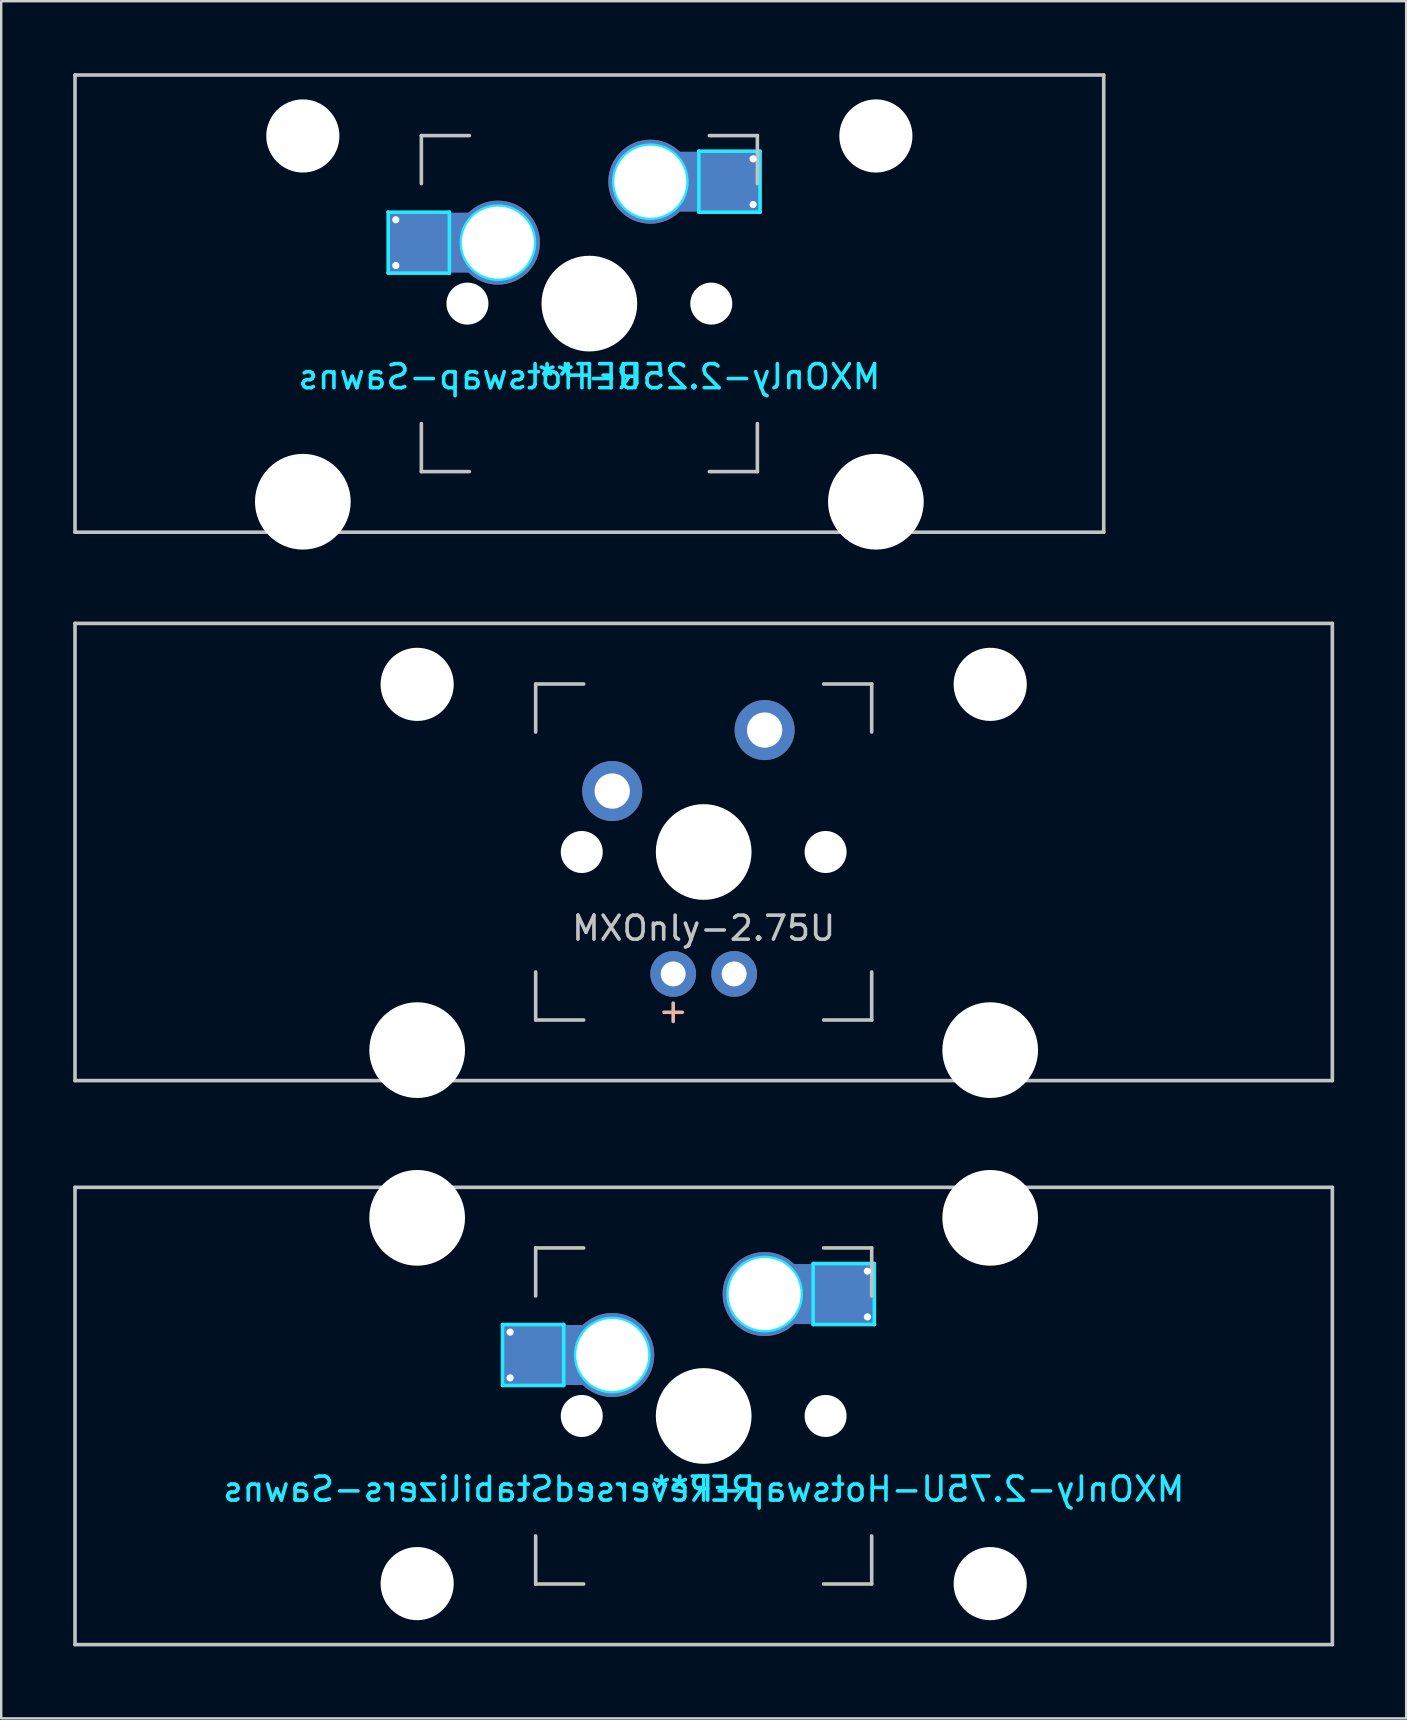
<source format=kicad_pcb>
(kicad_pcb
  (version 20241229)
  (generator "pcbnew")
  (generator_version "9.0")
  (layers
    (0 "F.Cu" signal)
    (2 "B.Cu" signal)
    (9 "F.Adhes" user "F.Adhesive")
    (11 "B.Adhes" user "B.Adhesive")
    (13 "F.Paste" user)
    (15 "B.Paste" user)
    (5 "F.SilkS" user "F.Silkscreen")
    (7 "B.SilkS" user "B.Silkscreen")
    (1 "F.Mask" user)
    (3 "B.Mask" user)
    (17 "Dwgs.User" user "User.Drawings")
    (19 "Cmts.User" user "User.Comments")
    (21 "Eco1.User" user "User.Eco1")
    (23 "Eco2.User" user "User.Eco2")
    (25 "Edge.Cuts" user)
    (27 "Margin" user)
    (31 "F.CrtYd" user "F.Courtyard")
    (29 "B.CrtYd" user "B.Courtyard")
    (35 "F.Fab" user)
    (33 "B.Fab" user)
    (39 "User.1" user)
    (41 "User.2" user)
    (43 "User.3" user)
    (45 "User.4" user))
  (footprint "MXOnly-2.75U-Hotswap-ReversedStabilizers-Sawns"
    (layer "F.Cu")
    (at 26.269 55.947)
    (property "Reference" "MXOnly-2.75U-Hotswap-ReversedStabilizers-Sawns" (at 0 3.048 0) (layer "B.CrtYd") (effects (font (size 1 1) (thickness 0.15)) (justify mirror)))
    (attr smd)
    (fp_line (start -26.194 -9.525) (end 26.194 -9.525) (stroke (width 0.15) (type solid)) (layer "Dwgs.User"))
    (fp_line (start -26.194 9.525) (end -26.194 -9.525) (stroke (width 0.15) (type solid)) (layer "Dwgs.User"))
    (fp_line (start -7 -7) (end -7 -5) (stroke (width 0.15) (type solid)) (layer "Dwgs.User"))
    (fp_line (start -7 5) (end -7 7) (stroke (width 0.15) (type solid)) (layer "Dwgs.User"))
    (fp_line (start -7 7) (end -5 7) (stroke (width 0.15) (type solid)) (layer "Dwgs.User"))
    (fp_line (start -5 -7) (end -7 -7) (stroke (width 0.15) (type solid)) (layer "Dwgs.User"))
    (fp_line (start 5 -7) (end 7 -7) (stroke (width 0.15) (type solid)) (layer "Dwgs.User"))
    (fp_line (start 5 7) (end 7 7) (stroke (width 0.15) (type solid)) (layer "Dwgs.User"))
    (fp_line (start 7 -7) (end 7 -5) (stroke (width 0.15) (type solid)) (layer "Dwgs.User"))
    (fp_line (start 7 7) (end 7 5) (stroke (width 0.15) (type solid)) (layer "Dwgs.User"))
    (fp_line (start 26.194 -9.525) (end 26.194 9.525) (stroke (width 0.15) (type solid)) (layer "Dwgs.User"))
    (fp_line (start 26.194 9.525) (end -26.194 9.525) (stroke (width 0.15) (type solid)) (layer "Dwgs.User"))
    (fp_line (start -8.382 -3.81) (end -8.382 -1.27) (stroke (width 0.15) (type solid)) (layer "B.CrtYd"))
    (fp_line (start -8.382 -3.81) (end -5.832 -3.81) (stroke (width 0.15) (type solid)) (layer "B.CrtYd"))
    (fp_line (start -8.382 -1.27) (end -5.832 -1.27) (stroke (width 0.15) (type solid)) (layer "B.CrtYd"))
    (fp_line (start -5.832 -3.81) (end -5.832 -1.27) (stroke (width 0.15) (type solid)) (layer "B.CrtYd"))
    (fp_line (start 4.562 -6.35) (end 4.562 -3.81) (stroke (width 0.15) (type solid)) (layer "B.CrtYd"))
    (fp_line (start 4.562 -6.35) (end 7.112 -6.35) (stroke (width 0.15) (type solid)) (layer "B.CrtYd"))
    (fp_line (start 7.112 -6.35) (end 7.112 -3.81) (stroke (width 0.15) (type solid)) (layer "B.CrtYd"))
    (fp_line (start 7.112 -3.81) (end 4.562 -3.81) (stroke (width 0.15) (type solid)) (layer "B.CrtYd"))
    (fp_circle (center -3.81 -2.54) (end -3.81 -4.064) (stroke (width 0.15) (type solid)) (fill no) (layer "B.CrtYd"))
    (fp_circle (center 2.54 -5.08) (end 2.54 -6.604) (stroke (width 0.15) (type solid)) (fill no) (layer "B.CrtYd"))
    (fp_text user "REF**" (at 0 3.048 0) (layer "B.CrtYd") (effects (font (size 1 1) (thickness 0.15)) (justify mirror)))
    (pad "" np_thru_hole circle (at -11.938 -8.255) (size 3.988 3.988) (drill 3.988) (layers "*.Cu" "*.Mask"))
    (pad "" np_thru_hole circle (at -11.938 6.985) (size 3.048 3.048) (drill 3.048) (layers "*.Cu" "*.Mask"))
    (pad "" smd rect (at -7.085 -2.54) (size 2.55 2.5) (layers "B.Mask" "B.Paste"))
    (pad "" np_thru_hole circle (at -5.08 0 48.1) (size 1.75 1.75) (drill 1.75) (layers "*.Cu" "*.Mask"))
    (pad "" np_thru_hole circle (at 0 0) (size 3.988 3.988) (drill 3.988) (layers "*.Cu" "*.Mask"))
    (pad "" np_thru_hole circle (at 5.08 0 48.1) (size 1.75 1.75) (drill 1.75) (layers "*.Cu" "*.Mask"))
    (pad "" smd rect (at 5.842 -5.08) (size 2.55 2.5) (layers "B.Mask" "B.Paste"))
    (pad "" np_thru_hole circle (at 11.938 -8.255) (size 3.988 3.988) (drill 3.988) (layers "*.Cu" "*.Mask"))
    (pad "" np_thru_hole circle (at 11.938 6.985) (size 3.048 3.048) (drill 3.048) (layers "*.Cu" "*.Mask"))
    (pad "1" thru_hole circle (at -8.065 -3.493) (size 0.5 0.5) (drill 0.3) (layers "*.Cu" "*.Mask"))
    (pad "1" thru_hole circle (at -8.065 -1.587) (size 0.5 0.5) (drill 0.3) (layers "*.Cu" "*.Mask"))
    (pad "1" smd rect (at -6.45 -2.54) (size 3.82 2.5) (layers "B.Cu"))
    (pad "1" thru_hole circle (at -3.81 -2.54) (size 3.5 3.5) (drill 3) (layers "*.Cu" "*.Mask"))
    (pad "2" thru_hole circle (at 2.54 -5.08) (size 3.5 3.5) (drill 3) (layers "*.Cu" "*.Mask"))
    (pad "2" smd rect (at 5.207 -5.08) (size 3.82 2.5) (layers "B.Cu"))
    (pad "2" thru_hole circle (at 6.822 -6.032) (size 0.5 0.5) (drill 0.3) (layers "*.Cu" "*.Mask"))
    (pad "2" thru_hole circle (at 6.822 -4.128) (size 0.5 0.5) (drill 0.3) (layers "*.Cu" "*.Mask")))
  (footprint "MXOnly-2.25U-Hotswap-Sawns"
    (layer "F.Cu")
    (at 21.506 9.6)
    (property "Reference" "MXOnly-2.25U-Hotswap-Sawns" (at 0 3.048 0) (layer "B.CrtYd") (effects (font (size 1 1) (thickness 0.15)) (justify mirror)))
    (attr smd)
    (fp_line (start -21.431 -9.525) (end 21.431 -9.525) (stroke (width 0.15) (type solid)) (layer "Dwgs.User"))
    (fp_line (start -21.431 9.525) (end -21.431 -9.525) (stroke (width 0.15) (type solid)) (layer "Dwgs.User"))
    (fp_line (start -7 -7) (end -7 -5) (stroke (width 0.15) (type solid)) (layer "Dwgs.User"))
    (fp_line (start -7 5) (end -7 7) (stroke (width 0.15) (type solid)) (layer "Dwgs.User"))
    (fp_line (start -7 7) (end -5 7) (stroke (width 0.15) (type solid)) (layer "Dwgs.User"))
    (fp_line (start -5 -7) (end -7 -7) (stroke (width 0.15) (type solid)) (layer "Dwgs.User"))
    (fp_line (start 5 -7) (end 7 -7) (stroke (width 0.15) (type solid)) (layer "Dwgs.User"))
    (fp_line (start 5 7) (end 7 7) (stroke (width 0.15) (type solid)) (layer "Dwgs.User"))
    (fp_line (start 7 -7) (end 7 -5) (stroke (width 0.15) (type solid)) (layer "Dwgs.User"))
    (fp_line (start 7 7) (end 7 5) (stroke (width 0.15) (type solid)) (layer "Dwgs.User"))
    (fp_line (start 21.431 -9.525) (end 21.431 9.525) (stroke (width 0.15) (type solid)) (layer "Dwgs.User"))
    (fp_line (start 21.431 9.525) (end -21.431 9.525) (stroke (width 0.15) (type solid)) (layer "Dwgs.User"))
    (fp_line (start -8.382 -3.81) (end -8.382 -1.27) (stroke (width 0.15) (type solid)) (layer "B.CrtYd"))
    (fp_line (start -8.382 -3.81) (end -5.832 -3.81) (stroke (width 0.15) (type solid)) (layer "B.CrtYd"))
    (fp_line (start -8.382 -1.27) (end -5.832 -1.27) (stroke (width 0.15) (type solid)) (layer "B.CrtYd"))
    (fp_line (start -5.832 -3.81) (end -5.832 -1.27) (stroke (width 0.15) (type solid)) (layer "B.CrtYd"))
    (fp_line (start 4.562 -6.35) (end 4.562 -3.81) (stroke (width 0.15) (type solid)) (layer "B.CrtYd"))
    (fp_line (start 4.562 -6.35) (end 7.112 -6.35) (stroke (width 0.15) (type solid)) (layer "B.CrtYd"))
    (fp_line (start 7.112 -6.35) (end 7.112 -3.81) (stroke (width 0.15) (type solid)) (layer "B.CrtYd"))
    (fp_line (start 7.112 -3.81) (end 4.562 -3.81) (stroke (width 0.15) (type solid)) (layer "B.CrtYd"))
    (fp_circle (center -3.81 -2.54) (end -3.81 -4.064) (stroke (width 0.15) (type solid)) (fill no) (layer "B.CrtYd"))
    (fp_circle (center 2.54 -5.08) (end 2.54 -6.604) (stroke (width 0.15) (type solid)) (fill no) (layer "B.CrtYd"))
    (fp_text user "REF**" (at 0 3.048 0) (layer "B.CrtYd") (effects (font (size 1 1) (thickness 0.15)) (justify mirror)))
    (pad "" np_thru_hole circle (at -11.938 -6.985) (size 3.048 3.048) (drill 3.048) (layers "*.Cu" "*.Mask"))
    (pad "" np_thru_hole circle (at -11.938 8.255) (size 3.988 3.988) (drill 3.988) (layers "*.Cu" "*.Mask"))
    (pad "" smd rect (at -7.085 -2.54) (size 2.55 2.5) (layers "B.Mask" "B.Paste"))
    (pad "" np_thru_hole circle (at -5.08 0 48.1) (size 1.75 1.75) (drill 1.75) (layers "*.Cu" "*.Mask"))
    (pad "" np_thru_hole circle (at 0 0) (size 3.988 3.988) (drill 3.988) (layers "*.Cu" "*.Mask"))
    (pad "" np_thru_hole circle (at 5.08 0 48.1) (size 1.75 1.75) (drill 1.75) (layers "*.Cu" "*.Mask"))
    (pad "" smd rect (at 5.842 -5.08) (size 2.55 2.5) (layers "B.Mask" "B.Paste"))
    (pad "" np_thru_hole circle (at 11.938 -6.985) (size 3.048 3.048) (drill 3.048) (layers "*.Cu" "*.Mask"))
    (pad "" np_thru_hole circle (at 11.938 8.255) (size 3.988 3.988) (drill 3.988) (layers "*.Cu" "*.Mask"))
    (pad "1" thru_hole circle (at -8.065 -3.493) (size 0.5 0.5) (drill 0.3) (layers "*.Cu" "*.Mask"))
    (pad "1" thru_hole circle (at -8.065 -1.587) (size 0.5 0.5) (drill 0.3) (layers "*.Cu" "*.Mask"))
    (pad "1" smd rect (at -6.45 -2.54) (size 3.82 2.5) (layers "B.Cu"))
    (pad "1" thru_hole circle (at -3.81 -2.54) (size 3.5 3.5) (drill 3) (layers "*.Cu" "*.Mask"))
    (pad "2" thru_hole circle (at 2.54 -5.08) (size 3.5 3.5) (drill 3) (layers "*.Cu" "*.Mask"))
    (pad "2" smd rect (at 5.207 -5.08) (size 3.82 2.5) (layers "B.Cu"))
    (pad "2" thru_hole circle (at 6.822 -6.032) (size 0.5 0.5) (drill 0.3) (layers "*.Cu" "*.Mask"))
    (pad "2" thru_hole circle (at 6.822 -4.128) (size 0.5 0.5) (drill 0.3) (layers "*.Cu" "*.Mask")))
  (footprint "MXOnly-2.75U"
    (layer "F.Cu")
    (at 26.269 32.449)
    (property "Reference" "MXOnly-2.75U" (at 0 3.175 0) (layer "Dwgs.User") (effects (font (size 1 1) (thickness 0.15))))
    (attr through_hole)
    (fp_line (start -26.194 -9.525) (end 26.194 -9.525) (stroke (width 0.15) (type solid)) (layer "Dwgs.User"))
    (fp_line (start -26.194 9.525) (end -26.194 -9.525) (stroke (width 0.15) (type solid)) (layer "Dwgs.User"))
    (fp_line (start -26.194 9.525) (end 26.194 9.525) (stroke (width 0.15) (type solid)) (layer "Dwgs.User"))
    (fp_line (start -7 -7) (end -7 -5) (stroke (width 0.15) (type solid)) (layer "Dwgs.User"))
    (fp_line (start -7 5) (end -7 7) (stroke (width 0.15) (type solid)) (layer "Dwgs.User"))
    (fp_line (start -7 7) (end -5 7) (stroke (width 0.15) (type solid)) (layer "Dwgs.User"))
    (fp_line (start -5 -7) (end -7 -7) (stroke (width 0.15) (type solid)) (layer "Dwgs.User"))
    (fp_line (start 5 -7) (end 7 -7) (stroke (width 0.15) (type solid)) (layer "Dwgs.User"))
    (fp_line (start 5 7) (end 7 7) (stroke (width 0.15) (type solid)) (layer "Dwgs.User"))
    (fp_line (start 7 -7) (end 7 -5) (stroke (width 0.15) (type solid)) (layer "Dwgs.User"))
    (fp_line (start 7 7) (end 7 5) (stroke (width 0.15) (type solid)) (layer "Dwgs.User"))
    (fp_line (start 26.194 -9.525) (end 26.194 9.525) (stroke (width 0.15) (type solid)) (layer "Dwgs.User"))
    (fp_text user "+" (at -1.27 6.604 0) (layer "B.SilkS") (effects (font (size 1 1) (thickness 0.15))))
    (pad "" np_thru_hole circle (at -11.938 -6.985) (size 3.048 3.048) (drill 3.048) (layers "*.Cu" "*.Mask"))
    (pad "" np_thru_hole circle (at -11.938 8.255) (size 3.988 3.988) (drill 3.988) (layers "*.Cu" "*.Mask"))
    (pad "" np_thru_hole circle (at -5.08 0 48.1) (size 1.75 1.75) (drill 1.75) (layers "*.Cu" "*.Mask"))
    (pad "" np_thru_hole circle (at 0 0) (size 3.988 3.988) (drill 3.988) (layers "*.Cu" "*.Mask"))
    (pad "" np_thru_hole circle (at 5.08 0 48.1) (size 1.75 1.75) (drill 1.75) (layers "*.Cu" "*.Mask"))
    (pad "" np_thru_hole circle (at 11.938 -6.985) (size 3.048 3.048) (drill 3.048) (layers "*.Cu" "*.Mask"))
    (pad "" np_thru_hole circle (at 11.938 8.255) (size 3.988 3.988) (drill 3.988) (layers "*.Cu" "*.Mask"))
    (pad "1" thru_hole circle (at -3.81 -2.54) (size 2.5 2.5) (drill 1.47) (layers "*.Cu" "*.Mask"))
    (pad "2" thru_hole circle (at 2.54 -5.08) (size 2.5 2.5) (drill 1.47) (layers "*.Cu" "*.Mask"))
    (pad "3" thru_hole circle (at -1.27 5.08) (size 1.905 1.905) (drill 1.04) (layers "*.Cu" "*.Mask"))
    (pad "4" thru_hole circle (at 1.27 5.08) (size 1.905 1.905) (drill 1.04) (layers "*.Cu" "*.Mask")))
  (gr_rect
    (start -3 -3)
    (end 55.538 68.547)
    (stroke (width 0.1) (type default))
    (fill no)
    (layer "Edge.Cuts")))
</source>
